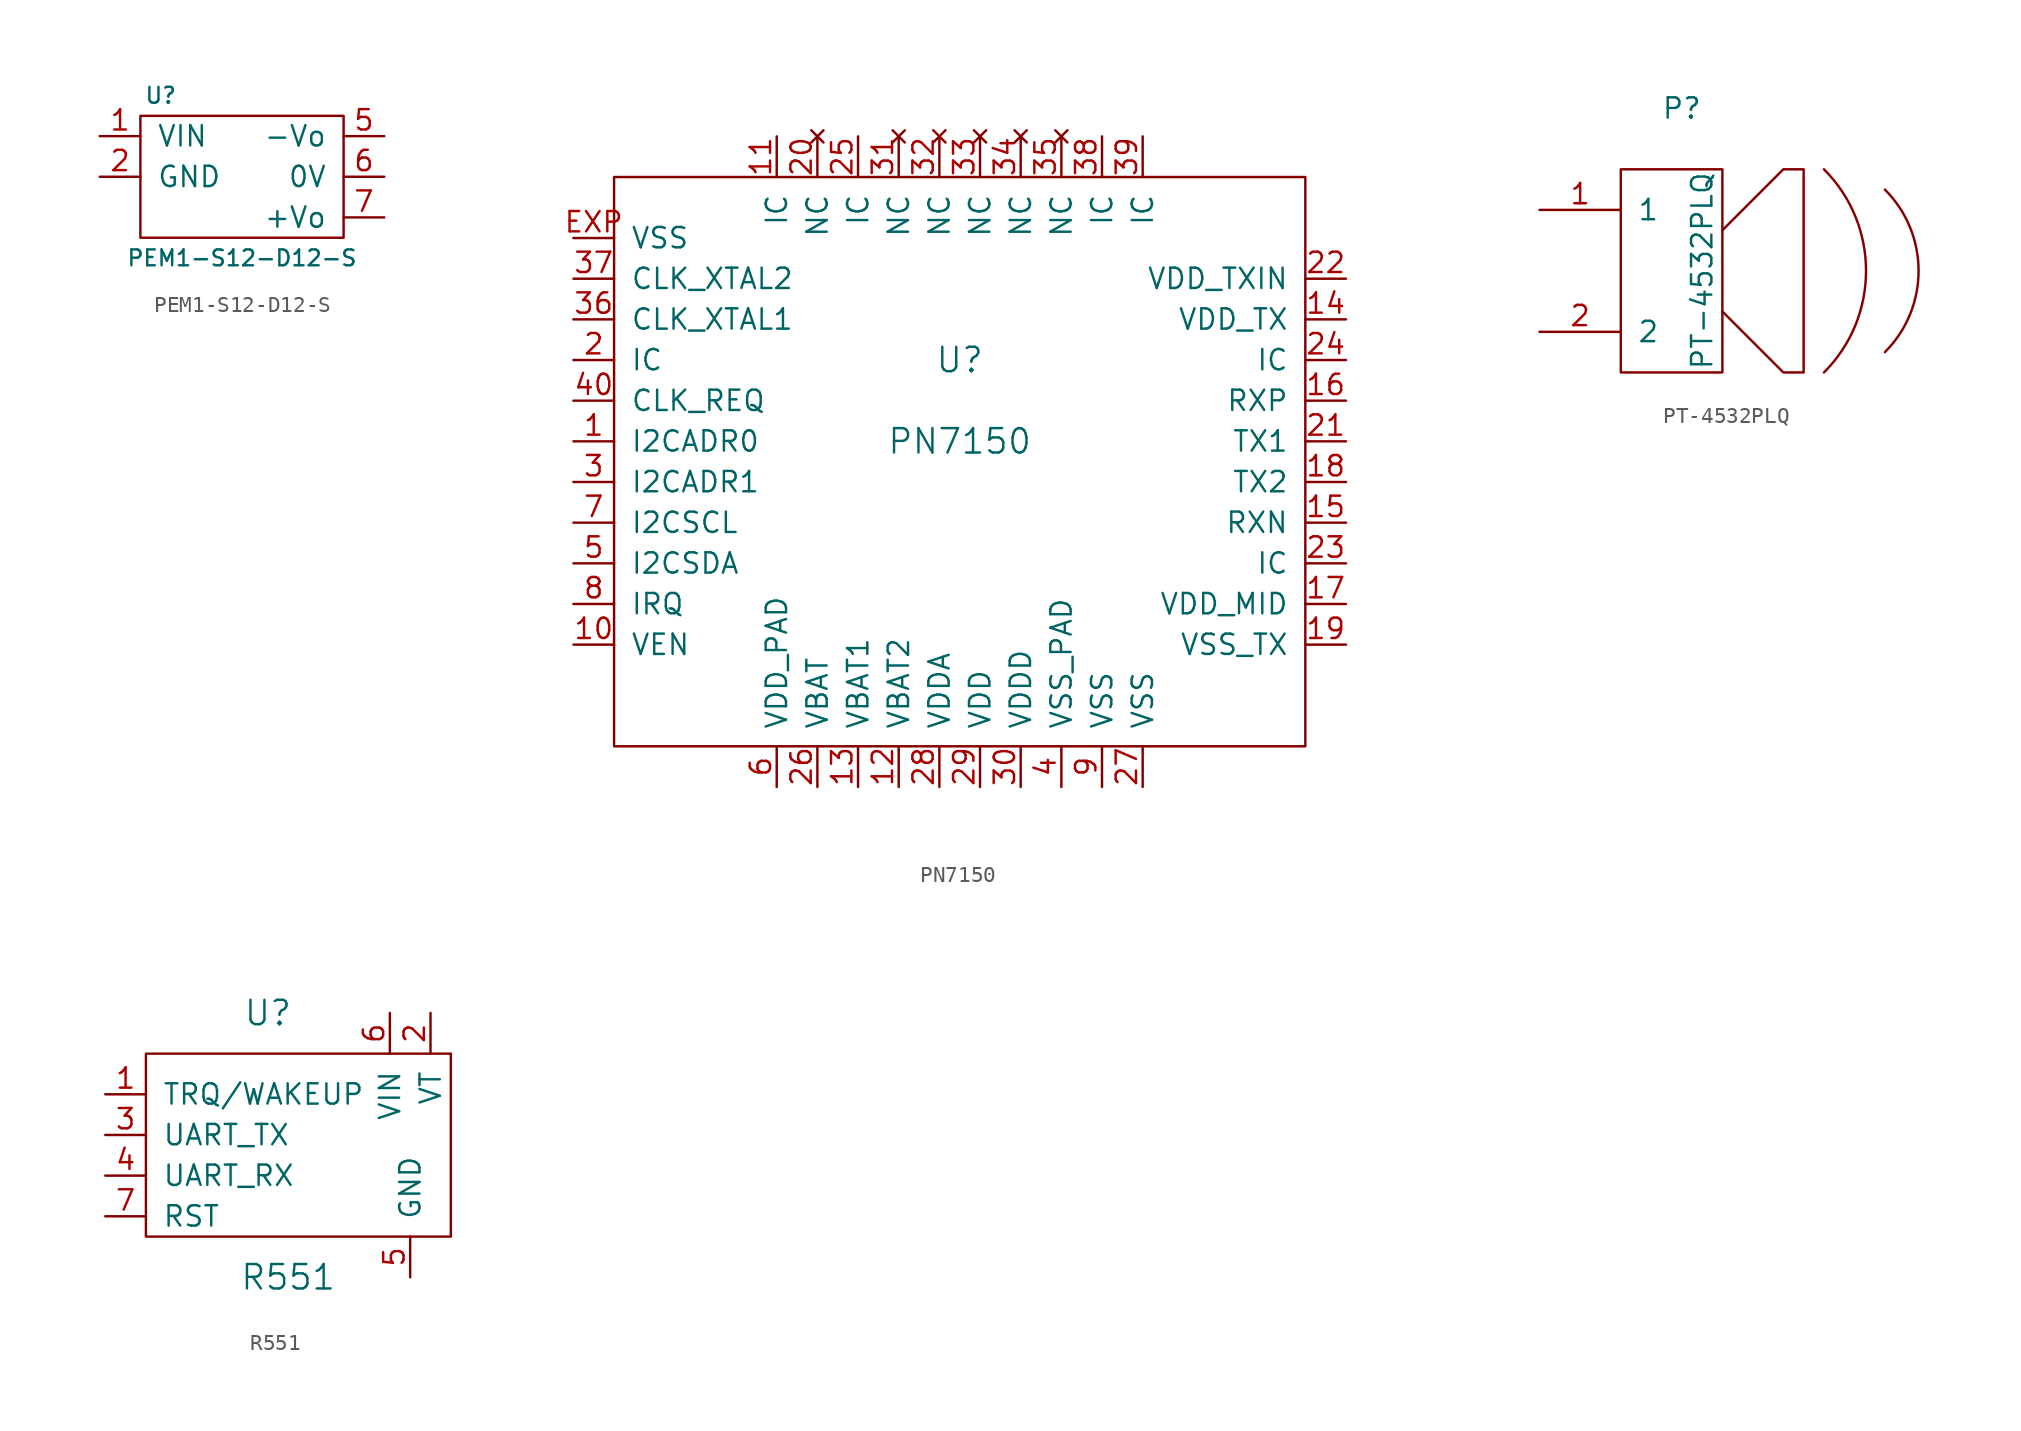
<source format=kicad_sym>
(kicad_symbol_lib
  (version 20211014)
  (generator kicad_symbol_editor)
  (symbol "PEM1-S12-D12-S"
    (pin_names
      (offset 1.016))
    (property "Reference" "U"
      (at -5.08 5.08 0)
      (effects (font (size 0.991 0.991))))
    (property "Value" "PEM1-S12-D12-S"
      (at 0 -5.08 0)
      (effects (font (size 0.991 0.991))))
    (symbol "PEM1-S12-D12-S_0_1"
      (rectangle (start -6.35 3.81) (end 6.35 -3.81) (stroke (width 0) (type default) (color 0 0 0 0)) (fill (type none))))
    (symbol "PEM1-S12-D12-S_1_1"
      (pin passive line (at -8.89 2.54 0) (length 2.54) (name "VIN" (effects (font (size 1.27 1.27)))) (number "1" (effects (font (size 1.27 1.27)))))
      (pin passive line (at -8.89 0 0) (length 2.54) (name "GND" (effects (font (size 1.27 1.27)))) (number "2" (effects (font (size 1.27 1.27)))))
      (pin passive line (at 8.89 2.54 180) (length 2.54) (name "-Vo" (effects (font (size 1.27 1.27)))) (number "5" (effects (font (size 1.27 1.27)))))
      (pin passive line (at 8.89 0 180) (length 2.54) (name "0V" (effects (font (size 1.27 1.27)))) (number "6" (effects (font (size 1.27 1.27)))))
      (pin passive line (at 8.89 -2.54 180) (length 2.54) (name "+Vo" (effects (font (size 1.27 1.27)))) (number "7" (effects (font (size 1.27 1.27)))))))
  (symbol "PN7150"
    (pin_names
      (offset 1.016))
    (property "Reference" "U"
      (at 0 5.08 0)
      (effects (font (size 1.524 1.524))))
    (property "Value" "PN7150"
      (at 0 0 0)
      (effects (font (size 1.524 1.524))))
    (symbol "PN7150_0_1"
      (rectangle (start -21.59 16.51) (end 21.59 -19.05) (stroke (width 0) (type default) (color 0 0 0 0)) (fill (type none))))
    (symbol "PN7150_1_1"
      (pin passive line (at -24.13 0 0) (length 2.54) (name "I2CADR0" (effects (font (size 1.27 1.27)))) (number "1" (effects (font (size 1.27 1.27)))))
      (pin passive line (at -24.13 -12.7 0) (length 2.54) (name "VEN" (effects (font (size 1.27 1.27)))) (number "10" (effects (font (size 1.27 1.27)))))
      (pin passive line (at -11.43 19.05 270) (length 2.54) (name "IC" (effects (font (size 1.27 1.27)))) (number "11" (effects (font (size 1.27 1.27)))))
      (pin passive line (at -3.81 -21.59 90) (length 2.54) (name "VBAT2" (effects (font (size 1.27 1.27)))) (number "12" (effects (font (size 1.27 1.27)))))
      (pin passive line (at -6.35 -21.59 90) (length 2.54) (name "VBAT1" (effects (font (size 1.27 1.27)))) (number "13" (effects (font (size 1.27 1.27)))))
      (pin passive line (at 24.13 7.62 180) (length 2.54) (name "VDD_TX" (effects (font (size 1.27 1.27)))) (number "14" (effects (font (size 1.27 1.27)))))
      (pin passive line (at 24.13 -5.08 180) (length 2.54) (name "RXN" (effects (font (size 1.27 1.27)))) (number "15" (effects (font (size 1.27 1.27)))))
      (pin passive line (at 24.13 2.54 180) (length 2.54) (name "RXP" (effects (font (size 1.27 1.27)))) (number "16" (effects (font (size 1.27 1.27)))))
      (pin passive line (at 24.13 -10.16 180) (length 2.54) (name "VDD_MID" (effects (font (size 1.27 1.27)))) (number "17" (effects (font (size 1.27 1.27)))))
      (pin passive line (at 24.13 -2.54 180) (length 2.54) (name "TX2" (effects (font (size 1.27 1.27)))) (number "18" (effects (font (size 1.27 1.27)))))
      (pin passive line (at 24.13 -12.7 180) (length 2.54) (name "VSS_TX" (effects (font (size 1.27 1.27)))) (number "19" (effects (font (size 1.27 1.27)))))
      (pin passive line (at -24.13 5.08 0) (length 2.54) (name "IC" (effects (font (size 1.27 1.27)))) (number "2" (effects (font (size 1.27 1.27)))))
      (pin no_connect line (at -8.89 19.05 270) (length 2.54) (name "NC" (effects (font (size 1.27 1.27)))) (number "20" (effects (font (size 1.27 1.27)))))
      (pin passive line (at 24.13 0 180) (length 2.54) (name "TX1" (effects (font (size 1.27 1.27)))) (number "21" (effects (font (size 1.27 1.27)))))
      (pin passive line (at 24.13 10.16 180) (length 2.54) (name "VDD_TXIN" (effects (font (size 1.27 1.27)))) (number "22" (effects (font (size 1.27 1.27)))))
      (pin passive line (at 24.13 -7.62 180) (length 2.54) (name "IC" (effects (font (size 1.27 1.27)))) (number "23" (effects (font (size 1.27 1.27)))))
      (pin passive line (at 24.13 5.08 180) (length 2.54) (name "IC" (effects (font (size 1.27 1.27)))) (number "24" (effects (font (size 1.27 1.27)))))
      (pin passive line (at -6.35 19.05 270) (length 2.54) (name "IC" (effects (font (size 1.27 1.27)))) (number "25" (effects (font (size 1.27 1.27)))))
      (pin passive line (at -8.89 -21.59 90) (length 2.54) (name "VBAT" (effects (font (size 1.27 1.27)))) (number "26" (effects (font (size 1.27 1.27)))))
      (pin passive line (at 11.43 -21.59 90) (length 2.54) (name "VSS" (effects (font (size 1.27 1.27)))) (number "27" (effects (font (size 1.27 1.27)))))
      (pin passive line (at -1.27 -21.59 90) (length 2.54) (name "VDDA" (effects (font (size 1.27 1.27)))) (number "28" (effects (font (size 1.27 1.27)))))
      (pin passive line (at 1.27 -21.59 90) (length 2.54) (name "VDD" (effects (font (size 1.27 1.27)))) (number "29" (effects (font (size 1.27 1.27)))))
      (pin passive line (at -24.13 -2.54 0) (length 2.54) (name "I2CADR1" (effects (font (size 1.27 1.27)))) (number "3" (effects (font (size 1.27 1.27)))))
      (pin passive line (at 3.81 -21.59 90) (length 2.54) (name "VDDD" (effects (font (size 1.27 1.27)))) (number "30" (effects (font (size 1.27 1.27)))))
      (pin no_connect line (at -3.81 19.05 270) (length 2.54) (name "NC" (effects (font (size 1.27 1.27)))) (number "31" (effects (font (size 1.27 1.27)))))
      (pin no_connect line (at -1.27 19.05 270) (length 2.54) (name "NC" (effects (font (size 1.27 1.27)))) (number "32" (effects (font (size 1.27 1.27)))))
      (pin no_connect line (at 1.27 19.05 270) (length 2.54) (name "NC" (effects (font (size 1.27 1.27)))) (number "33" (effects (font (size 1.27 1.27)))))
      (pin no_connect line (at 3.81 19.05 270) (length 2.54) (name "NC" (effects (font (size 1.27 1.27)))) (number "34" (effects (font (size 1.27 1.27)))))
      (pin no_connect line (at 6.35 19.05 270) (length 2.54) (name "NC" (effects (font (size 1.27 1.27)))) (number "35" (effects (font (size 1.27 1.27)))))
      (pin passive line (at -24.13 7.62 0) (length 2.54) (name "CLK_XTAL1" (effects (font (size 1.27 1.27)))) (number "36" (effects (font (size 1.27 1.27)))))
      (pin passive line (at -24.13 10.16 0) (length 2.54) (name "CLK_XTAL2" (effects (font (size 1.27 1.27)))) (number "37" (effects (font (size 1.27 1.27)))))
      (pin passive line (at 8.89 19.05 270) (length 2.54) (name "IC" (effects (font (size 1.27 1.27)))) (number "38" (effects (font (size 1.27 1.27)))))
      (pin passive line (at 11.43 19.05 270) (length 2.54) (name "IC" (effects (font (size 1.27 1.27)))) (number "39" (effects (font (size 1.27 1.27)))))
      (pin passive line (at 6.35 -21.59 90) (length 2.54) (name "VSS_PAD" (effects (font (size 1.27 1.27)))) (number "4" (effects (font (size 1.27 1.27)))))
      (pin passive line (at -24.13 2.54 0) (length 2.54) (name "CLK_REQ" (effects (font (size 1.27 1.27)))) (number "40" (effects (font (size 1.27 1.27)))))
      (pin passive line (at -24.13 -7.62 0) (length 2.54) (name "I2CSDA" (effects (font (size 1.27 1.27)))) (number "5" (effects (font (size 1.27 1.27)))))
      (pin passive line (at -11.43 -21.59 90) (length 2.54) (name "VDD_PAD" (effects (font (size 1.27 1.27)))) (number "6" (effects (font (size 1.27 1.27)))))
      (pin passive line (at -24.13 -5.08 0) (length 2.54) (name "I2CSCL" (effects (font (size 1.27 1.27)))) (number "7" (effects (font (size 1.27 1.27)))))
      (pin passive line (at -24.13 -10.16 0) (length 2.54) (name "IRQ" (effects (font (size 1.27 1.27)))) (number "8" (effects (font (size 1.27 1.27)))))
      (pin passive line (at 8.89 -21.59 90) (length 2.54) (name "VSS" (effects (font (size 1.27 1.27)))) (number "9" (effects (font (size 1.27 1.27)))))
      (pin passive line (at -24.13 12.7 0) (length 2.54) (name "VSS" (effects (font (size 1.27 1.27)))) (number "EXP" (effects (font (size 1.27 1.27)))))))
  (symbol "PT-4532PLQ"
    (pin_names
      (offset 1.016))
    (property "Reference" "P"
      (at 0 10.16 0)
      (effects (font (size 1.27 1.27))))
    (property "Value" "PT-4532PLQ"
      (at 1.27 0 90)
      (effects (font (size 1.27 1.27))))
    (symbol "PT-4532PLQ_0_1"
      (rectangle (start -3.81 6.35) (end 2.54 -6.35) (stroke (width 0) (type default) (color 0 0 0 0)) (fill (type none)))
      (polyline (pts (xy 2.54 2.54) (xy 6.35 6.35) (xy 7.62 6.35) (xy 7.62 -6.35) (xy 6.35 -6.35) (xy 2.54 -2.54)) (stroke (width 0) (type default) (color 0 0 0 0)) (fill (type none)))
      (arc (start 8.89 -6.35) (mid 11.5203 0) (end 8.89 6.35) (stroke (width 0) (type default) (color 0 0 0 0)) (fill (type none)))
      (arc (start 12.7 -5.08) (mid 14.8042 0) (end 12.7 5.08) (stroke (width 0) (type default) (color 0 0 0 0)) (fill (type none))))
    (symbol "PT-4532PLQ_1_1"
      (pin input line (at -8.89 3.81 0) (length 5.08) (name "1" (effects (font (size 1.27 1.27)))) (number "1" (effects (font (size 1.27 1.27)))))
      (pin input line (at -8.89 -3.81 0) (length 5.08) (name "2" (effects (font (size 1.27 1.27)))) (number "2" (effects (font (size 1.27 1.27)))))))
  (symbol "R551"
    (pin_names
      (offset 1.016))
    (property "Reference" "U"
      (at 0 16.51 0)
      (effects (font (size 1.524 1.524))))
    (property "Value" "R551"
      (at 1.27 0 0)
      (effects (font (size 1.524 1.524))))
    (property "Footprint" ""
      (at -7.62 0 0)
      (effects (font (size 1.524 1.524))))
    (property "Datasheet" ""
      (at -7.62 0 0)
      (effects (font (size 1.524 1.524))))
    (symbol "R551_0_1"
      (rectangle (start -7.62 13.97) (end 11.43 2.54) (stroke (width 0) (type default) (color 0 0 0 0)) (fill (type none))))
    (symbol "R551_1_1"
      (pin input line (at -10.16 11.43 0) (length 2.54) (name "TRQ/WAKEUP" (effects (font (size 1.27 1.27)))) (number "1" (effects (font (size 1.27 1.27)))))
      (pin input line (at 10.16 16.51 270) (length 2.54) (name "VT" (effects (font (size 1.27 1.27)))) (number "2" (effects (font (size 1.27 1.27)))))
      (pin input line (at -10.16 8.89 0) (length 2.54) (name "UART_TX" (effects (font (size 1.27 1.27)))) (number "3" (effects (font (size 1.27 1.27)))))
      (pin input line (at -10.16 6.35 0) (length 2.54) (name "UART_RX" (effects (font (size 1.27 1.27)))) (number "4" (effects (font (size 1.27 1.27)))))
      (pin input line (at 8.89 0 90) (length 2.54) (name "GND" (effects (font (size 1.27 1.27)))) (number "5" (effects (font (size 1.27 1.27)))))
      (pin input line (at 7.62 16.51 270) (length 2.54) (name "VIN" (effects (font (size 1.27 1.27)))) (number "6" (effects (font (size 1.27 1.27)))))
      (pin input line (at -10.16 3.81 0) (length 2.54) (name "RST" (effects (font (size 1.27 1.27)))) (number "7" (effects (font (size 1.27 1.27))))))))
</source>
